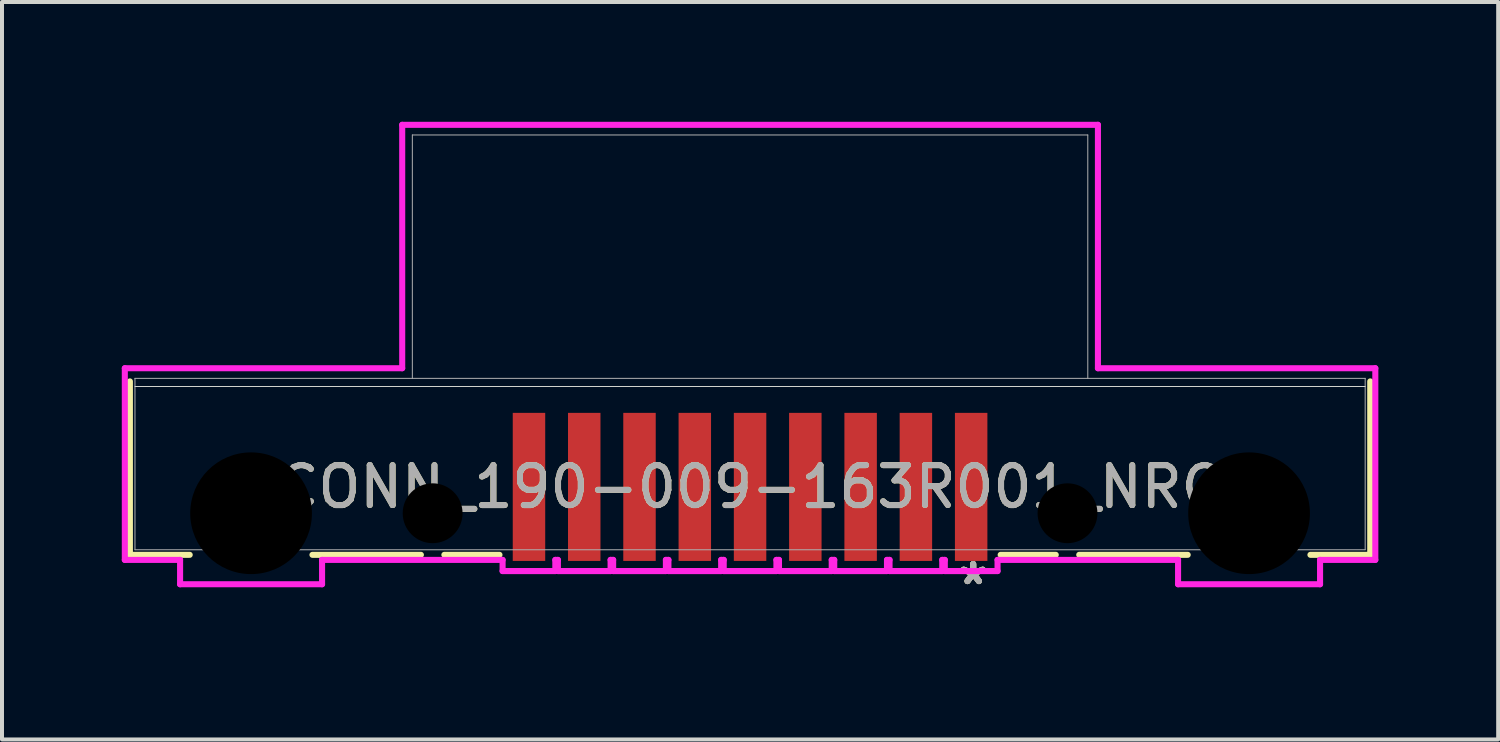
<source format=kicad_pcb>
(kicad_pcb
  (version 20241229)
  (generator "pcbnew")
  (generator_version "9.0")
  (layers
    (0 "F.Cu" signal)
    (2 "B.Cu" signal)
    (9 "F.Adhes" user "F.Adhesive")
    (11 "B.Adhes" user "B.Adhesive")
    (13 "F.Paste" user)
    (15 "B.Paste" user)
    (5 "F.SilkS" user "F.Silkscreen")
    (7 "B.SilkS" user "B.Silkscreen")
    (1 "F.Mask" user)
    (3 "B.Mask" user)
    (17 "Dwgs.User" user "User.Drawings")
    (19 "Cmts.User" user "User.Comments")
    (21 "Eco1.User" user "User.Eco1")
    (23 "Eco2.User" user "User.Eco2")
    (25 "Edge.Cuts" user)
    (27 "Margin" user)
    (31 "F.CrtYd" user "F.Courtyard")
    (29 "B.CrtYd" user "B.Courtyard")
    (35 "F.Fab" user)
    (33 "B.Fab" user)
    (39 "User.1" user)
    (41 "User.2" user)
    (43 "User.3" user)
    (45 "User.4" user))
  (footprint "CONN_190-009-163R001_NRC"
    (layer "F.Cu")
    (at 15.735 8.572)
    (property "Reference" "CONN_190-009-163R001_NRC" (at 0 0.572 0) (unlocked yes) (layer "F.SilkS") (effects (font (size 1 1) (thickness 0.15))))
    (attr smd)
    (fp_line (start -15.532 -2.07) (end -15.532 2.273) (stroke (width 0.152) (type solid)) (layer "F.SilkS"))
    (fp_line (start -15.532 2.273) (end -14.034 2.273) (stroke (width 0.152) (type solid)) (layer "F.SilkS"))
    (fp_line (start -10.96 2.273) (end -8.244 2.273) (stroke (width 0.152) (type solid)) (layer "F.SilkS"))
    (fp_line (start -7.656 2.273) (end -6.276 2.273) (stroke (width 0.152) (type solid)) (layer "F.SilkS"))
    (fp_line (start 6.276 2.273) (end 7.656 2.273) (stroke (width 0.152) (type solid)) (layer "F.SilkS"))
    (fp_line (start 8.244 2.273) (end 10.96 2.273) (stroke (width 0.152) (type solid)) (layer "F.SilkS"))
    (fp_line (start 14.034 2.273) (end 15.532 2.273) (stroke (width 0.152) (type solid)) (layer "F.SilkS"))
    (fp_line (start 15.532 2.273) (end 15.532 -2.07) (stroke (width 0.152) (type solid)) (layer "F.SilkS"))
    (fp_line (start 15.405 -1.943) (end -15.405 -1.943) (stroke (width 0.025) (type solid)) (layer "Edge.Cuts"))
    (fp_line (start -15.659 -2.4) (end -15.659 2.4) (stroke (width 0.152) (type solid)) (layer "F.CrtYd"))
    (fp_line (start -15.659 2.4) (end -14.275 2.4) (stroke (width 0.152) (type solid)) (layer "F.CrtYd"))
    (fp_line (start -14.275 2.4) (end -14.275 3.01) (stroke (width 0.152) (type solid)) (layer "F.CrtYd"))
    (fp_line (start -14.275 3.01) (end -10.719 3.01) (stroke (width 0.152) (type solid)) (layer "F.CrtYd"))
    (fp_line (start -10.719 2.4) (end -6.198 2.4) (stroke (width 0.152) (type solid)) (layer "F.CrtYd"))
    (fp_line (start -10.719 3.01) (end -10.719 2.4) (stroke (width 0.152) (type solid)) (layer "F.CrtYd"))
    (fp_line (start -8.712 -8.496) (end -8.712 -2.4) (stroke (width 0.152) (type solid)) (layer "F.CrtYd"))
    (fp_line (start -8.712 -2.4) (end -15.659 -2.4) (stroke (width 0.152) (type solid)) (layer "F.CrtYd"))
    (fp_line (start -6.198 2.4) (end -6.198 2.68) (stroke (width 0.152) (type solid)) (layer "F.CrtYd"))
    (fp_line (start -6.198 2.68) (end -4.877 2.68) (stroke (width 0.152) (type solid)) (layer "F.CrtYd"))
    (fp_line (start -4.877 2.4) (end -4.813 2.4) (stroke (width 0.152) (type solid)) (layer "F.CrtYd"))
    (fp_line (start -4.877 2.68) (end -4.877 2.4) (stroke (width 0.152) (type solid)) (layer "F.CrtYd"))
    (fp_line (start -4.813 2.4) (end -4.813 2.68) (stroke (width 0.152) (type solid)) (layer "F.CrtYd"))
    (fp_line (start -4.813 2.68) (end -3.493 2.68) (stroke (width 0.152) (type solid)) (layer "F.CrtYd"))
    (fp_line (start -3.493 2.4) (end -3.429 2.4) (stroke (width 0.152) (type solid)) (layer "F.CrtYd"))
    (fp_line (start -3.493 2.68) (end -3.493 2.4) (stroke (width 0.152) (type solid)) (layer "F.CrtYd"))
    (fp_line (start -3.429 2.4) (end -3.429 2.68) (stroke (width 0.152) (type solid)) (layer "F.CrtYd"))
    (fp_line (start -3.429 2.68) (end -2.108 2.68) (stroke (width 0.152) (type solid)) (layer "F.CrtYd"))
    (fp_line (start -2.108 2.4) (end -2.045 2.4) (stroke (width 0.152) (type solid)) (layer "F.CrtYd"))
    (fp_line (start -2.108 2.68) (end -2.108 2.4) (stroke (width 0.152) (type solid)) (layer "F.CrtYd"))
    (fp_line (start -2.045 2.4) (end -2.045 2.68) (stroke (width 0.152) (type solid)) (layer "F.CrtYd"))
    (fp_line (start -2.045 2.68) (end -0.724 2.68) (stroke (width 0.152) (type solid)) (layer "F.CrtYd"))
    (fp_line (start -0.724 2.4) (end -0.66 2.4) (stroke (width 0.152) (type solid)) (layer "F.CrtYd"))
    (fp_line (start -0.724 2.68) (end -0.724 2.4) (stroke (width 0.152) (type solid)) (layer "F.CrtYd"))
    (fp_line (start -0.66 2.4) (end -0.66 2.68) (stroke (width 0.152) (type solid)) (layer "F.CrtYd"))
    (fp_line (start -0.66 2.68) (end 0.66 2.68) (stroke (width 0.152) (type solid)) (layer "F.CrtYd"))
    (fp_line (start 0.66 2.4) (end 0.724 2.4) (stroke (width 0.152) (type solid)) (layer "F.CrtYd"))
    (fp_line (start 0.66 2.68) (end 0.66 2.4) (stroke (width 0.152) (type solid)) (layer "F.CrtYd"))
    (fp_line (start 0.724 2.4) (end 0.724 2.68) (stroke (width 0.152) (type solid)) (layer "F.CrtYd"))
    (fp_line (start 0.724 2.68) (end 2.045 2.68) (stroke (width 0.152) (type solid)) (layer "F.CrtYd"))
    (fp_line (start 2.045 2.4) (end 2.108 2.4) (stroke (width 0.152) (type solid)) (layer "F.CrtYd"))
    (fp_line (start 2.045 2.68) (end 2.045 2.4) (stroke (width 0.152) (type solid)) (layer "F.CrtYd"))
    (fp_line (start 2.108 2.4) (end 2.108 2.68) (stroke (width 0.152) (type solid)) (layer "F.CrtYd"))
    (fp_line (start 2.108 2.68) (end 3.429 2.68) (stroke (width 0.152) (type solid)) (layer "F.CrtYd"))
    (fp_line (start 3.429 2.4) (end 3.493 2.4) (stroke (width 0.152) (type solid)) (layer "F.CrtYd"))
    (fp_line (start 3.429 2.68) (end 3.429 2.4) (stroke (width 0.152) (type solid)) (layer "F.CrtYd"))
    (fp_line (start 3.493 2.4) (end 3.493 2.68) (stroke (width 0.152) (type solid)) (layer "F.CrtYd"))
    (fp_line (start 3.493 2.68) (end 4.813 2.68) (stroke (width 0.152) (type solid)) (layer "F.CrtYd"))
    (fp_line (start 4.813 2.4) (end 4.877 2.4) (stroke (width 0.152) (type solid)) (layer "F.CrtYd"))
    (fp_line (start 4.813 2.68) (end 4.813 2.4) (stroke (width 0.152) (type solid)) (layer "F.CrtYd"))
    (fp_line (start 4.877 2.4) (end 4.877 2.68) (stroke (width 0.152) (type solid)) (layer "F.CrtYd"))
    (fp_line (start 4.877 2.68) (end 6.198 2.68) (stroke (width 0.152) (type solid)) (layer "F.CrtYd"))
    (fp_line (start 6.198 2.4) (end 10.719 2.4) (stroke (width 0.152) (type solid)) (layer "F.CrtYd"))
    (fp_line (start 6.198 2.68) (end 6.198 2.4) (stroke (width 0.152) (type solid)) (layer "F.CrtYd"))
    (fp_line (start 8.712 -8.496) (end -8.712 -8.496) (stroke (width 0.152) (type solid)) (layer "F.CrtYd"))
    (fp_line (start 8.712 -2.4) (end 8.712 -8.496) (stroke (width 0.152) (type solid)) (layer "F.CrtYd"))
    (fp_line (start 10.719 2.4) (end 10.719 3.01) (stroke (width 0.152) (type solid)) (layer "F.CrtYd"))
    (fp_line (start 10.719 3.01) (end 14.275 3.01) (stroke (width 0.152) (type solid)) (layer "F.CrtYd"))
    (fp_line (start 14.275 2.4) (end 15.659 2.4) (stroke (width 0.152) (type solid)) (layer "F.CrtYd"))
    (fp_line (start 14.275 3.01) (end 14.275 2.4) (stroke (width 0.152) (type solid)) (layer "F.CrtYd"))
    (fp_line (start 15.659 -2.4) (end 8.712 -2.4) (stroke (width 0.152) (type solid)) (layer "F.CrtYd"))
    (fp_line (start 15.659 2.4) (end 15.659 -2.4) (stroke (width 0.152) (type solid)) (layer "F.CrtYd"))
    (fp_line (start -15.405 -2.146) (end -15.405 2.146) (stroke (width 0.025) (type solid)) (layer "F.Fab"))
    (fp_line (start -15.405 2.146) (end 15.405 2.146) (stroke (width 0.025) (type solid)) (layer "F.Fab"))
    (fp_line (start -8.458 -8.242) (end -8.458 -2.146) (stroke (width 0.025) (type solid)) (layer "F.Fab"))
    (fp_line (start 8.458 -8.242) (end -8.458 -8.242) (stroke (width 0.025) (type solid)) (layer "F.Fab"))
    (fp_line (start 8.458 -2.146) (end 8.458 -8.242) (stroke (width 0.025) (type solid)) (layer "F.Fab"))
    (fp_line (start 15.405 -2.146) (end -15.405 -2.146) (stroke (width 0.025) (type solid)) (layer "F.Fab"))
    (fp_line (start 15.405 2.146) (end 15.405 -2.146) (stroke (width 0.025) (type solid)) (layer "F.Fab"))
    (fp_text user "*" (at 5.588 3.048 0) (layer "F.SilkS") (effects (font (size 1 1) (thickness 0.15))))
    (fp_text user "*" (at 5.588 3.048 0) (unlocked yes) (layer "F.SilkS") (effects (font (size 1 1) (thickness 0.15))))
    (fp_text user "*" (at 5.588 3.048 0) (layer "F.Fab") (effects (font (size 1 1) (thickness 0.15))))
    (fp_text user "*" (at 5.588 3.048 0) (unlocked yes) (layer "F.Fab") (effects (font (size 1 1) (thickness 0.15))))
    (fp_text user "${REFERENCE}" (at 0 0.572 0) (unlocked yes) (layer "F.Fab") (effects (font (size 1 1) (thickness 0.15))))
    (pad "" np_thru_hole circle (at -12.497 1.232) (size 3.048 3.048) (drill 3.048) (layers))
    (pad "" np_thru_hole circle (at -7.95 1.232) (size 1.499 1.499) (drill 1.499) (layers))
    (pad "" np_thru_hole circle (at 7.95 1.232) (size 1.499 1.499) (drill 1.499) (layers))
    (pad "" np_thru_hole circle (at 12.497 1.232) (size 3.048 3.048) (drill 3.048) (layers))
    (pad "1" smd rect (at 5.537 0.572) (size 0.813 3.708) (layers "F.Cu" "F.Mask" "F.Paste"))
    (pad "2" smd rect (at 2.769 0.572) (size 0.813 3.708) (layers "F.Cu" "F.Mask" "F.Paste"))
    (pad "3" smd rect (at 0 0.572) (size 0.813 3.708) (layers "F.Cu" "F.Mask" "F.Paste"))
    (pad "4" smd rect (at -2.769 0.572) (size 0.813 3.708) (layers "F.Cu" "F.Mask" "F.Paste"))
    (pad "5" smd rect (at -5.537 0.572) (size 0.813 3.708) (layers "F.Cu" "F.Mask" "F.Paste"))
    (pad "6" smd rect (at 4.153 0.572) (size 0.813 3.708) (layers "F.Cu" "F.Mask" "F.Paste"))
    (pad "7" smd rect (at 1.384 0.572) (size 0.813 3.708) (layers "F.Cu" "F.Mask" "F.Paste"))
    (pad "8" smd rect (at -1.384 0.572) (size 0.813 3.708) (layers "F.Cu" "F.Mask" "F.Paste"))
    (pad "9" smd rect (at -4.153 0.572) (size 0.813 3.708) (layers "F.Cu" "F.Mask" "F.Paste")))
  (gr_rect
    (start -3 -3)
    (end 34.471 15.469)
    (stroke (width 0.1) (type default))
    (fill no)
    (layer "Edge.Cuts")))
</source>
